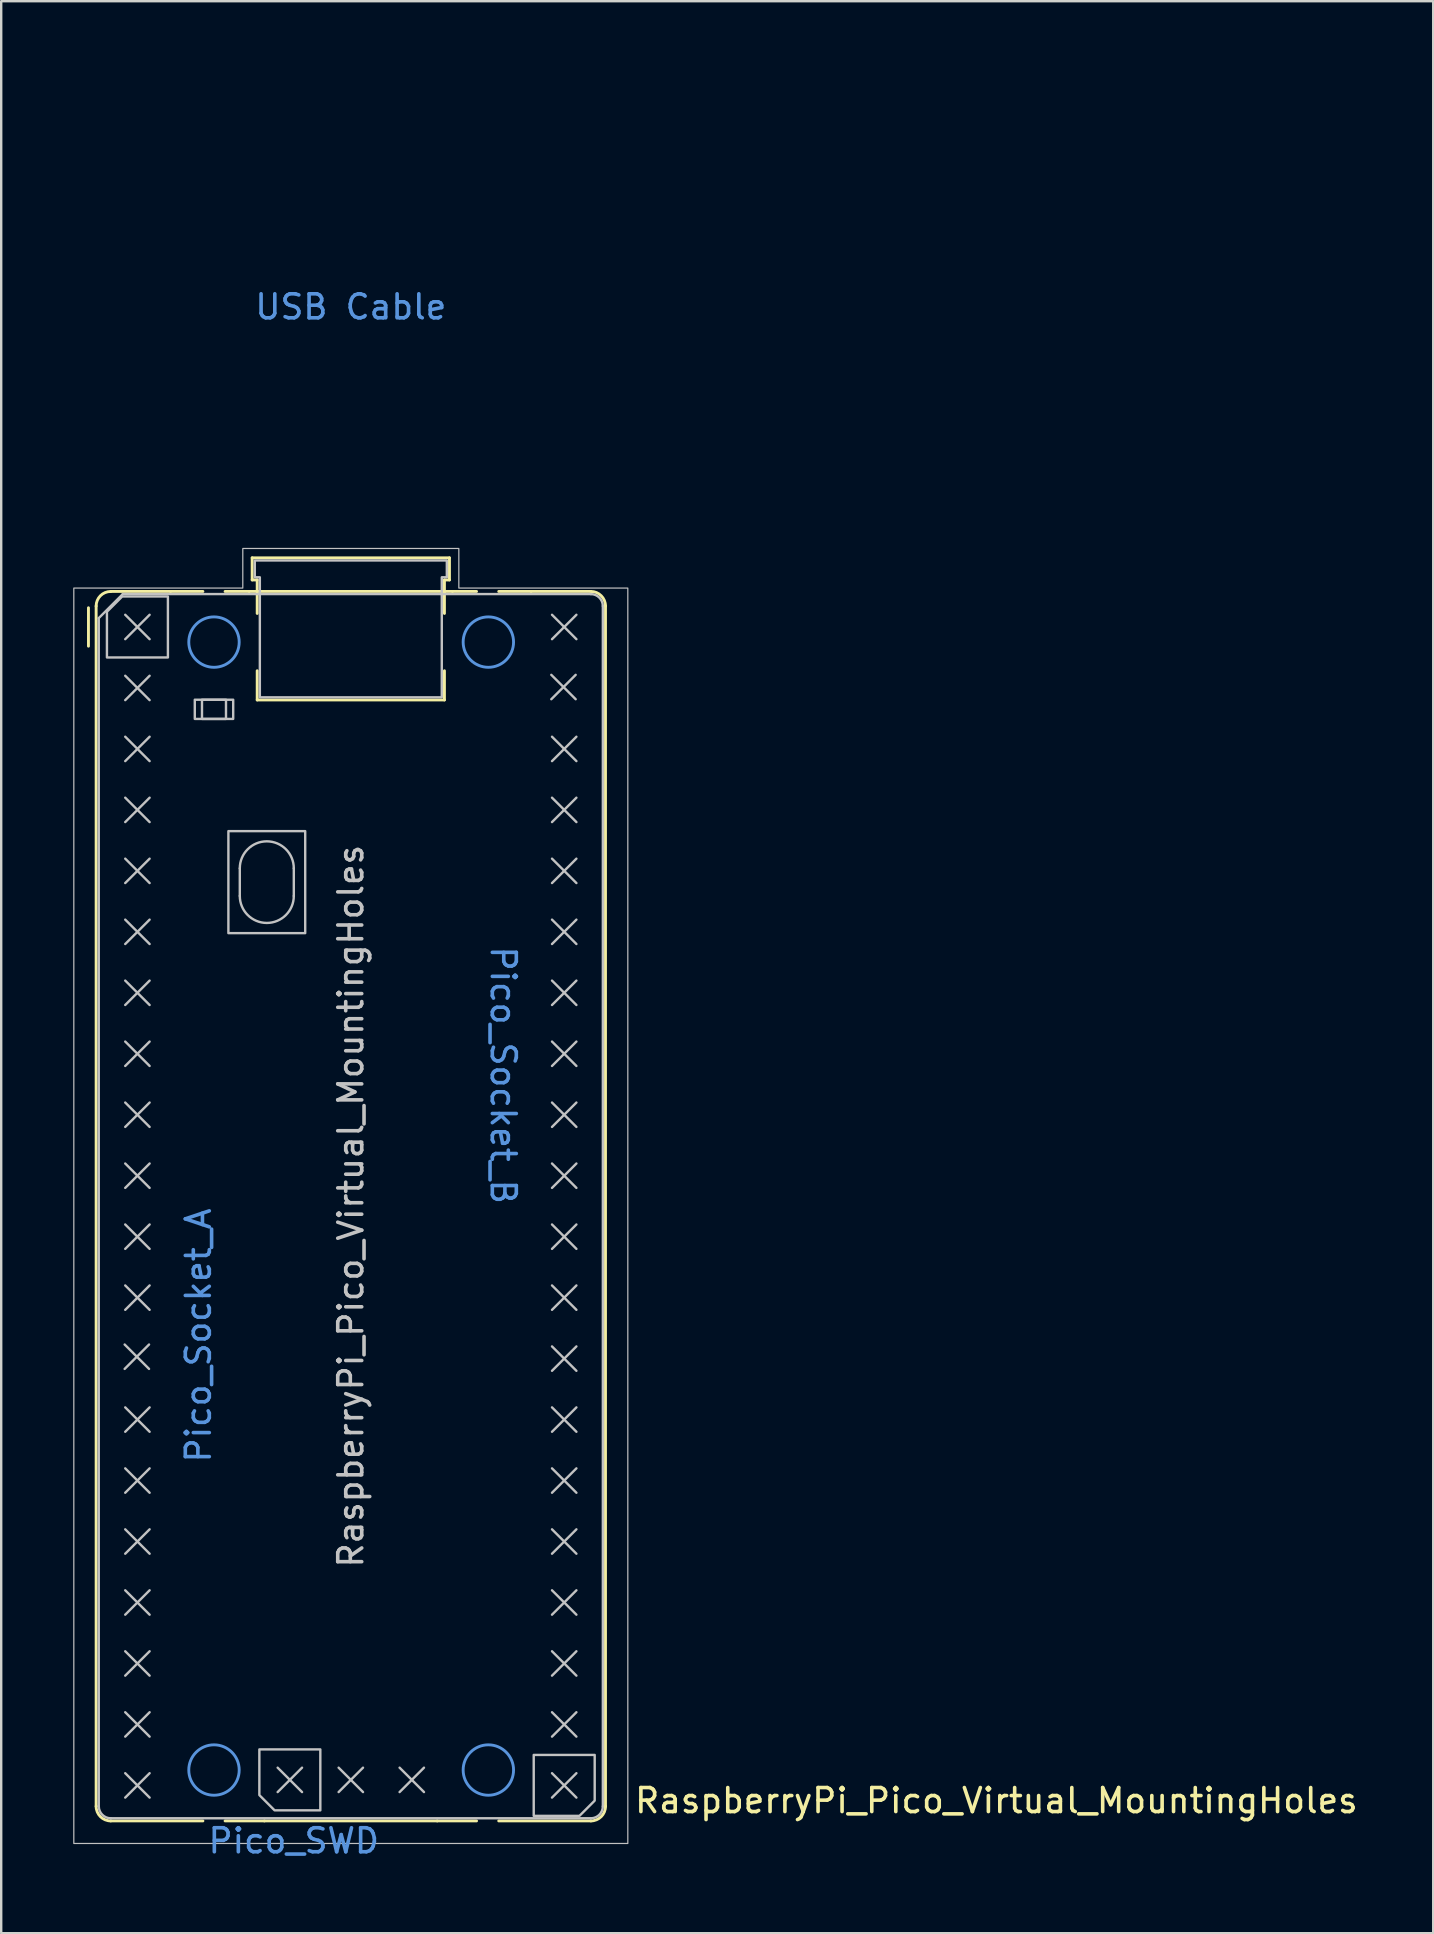
<source format=kicad_pcb>
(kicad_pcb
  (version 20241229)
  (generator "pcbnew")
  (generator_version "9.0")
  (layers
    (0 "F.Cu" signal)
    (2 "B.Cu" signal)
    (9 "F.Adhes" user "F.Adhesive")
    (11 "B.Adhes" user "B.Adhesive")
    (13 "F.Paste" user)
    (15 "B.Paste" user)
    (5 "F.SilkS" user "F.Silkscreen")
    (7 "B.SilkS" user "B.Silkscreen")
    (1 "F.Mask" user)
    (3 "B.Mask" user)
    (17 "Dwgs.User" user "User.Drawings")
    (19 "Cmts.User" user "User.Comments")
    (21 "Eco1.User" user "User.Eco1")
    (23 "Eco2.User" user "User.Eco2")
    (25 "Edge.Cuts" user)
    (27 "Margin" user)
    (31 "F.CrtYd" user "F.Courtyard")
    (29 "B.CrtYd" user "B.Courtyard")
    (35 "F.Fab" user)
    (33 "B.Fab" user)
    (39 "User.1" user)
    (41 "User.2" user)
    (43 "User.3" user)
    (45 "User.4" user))
  (footprint "RaspberryPi_Pico_Virtual_MountingHoles"
    (layer "F.Cu")
    (at 11.565 47.2)
    (property "Reference" "RaspberryPi_Pico_Virtual_MountingHoles" (at 11.748 24.765 0) (unlocked yes) (layer "F.SilkS") (effects (font (size 1 1) (thickness 0.15)) (justify left)))
    (attr exclude_from_pos_files allow_missing_courtyard)
    (fp_line (start -10.93 -23.33) (end -10.93 -24.93) (stroke (width 0.12) (type solid)) (layer "F.SilkS"))
    (fp_line (start -10.61 -25) (end -10.61 25) (stroke (width 0.12) (type solid)) (layer "F.SilkS"))
    (fp_line (start -10 -25.61) (end -7.51 -25.61) (stroke (width 0.12) (type solid)) (layer "F.SilkS"))
    (fp_line (start -10 25.61) (end -6.162 25.61) (stroke (width 0.12) (type solid)) (layer "F.SilkS"))
    (fp_line (start -7.51 -25.61) (end -6.162 -25.61) (stroke (width 0.12) (type solid)) (layer "F.SilkS"))
    (fp_line (start -5.238 -25.61) (end -4.235 -25.61) (stroke (width 0.12) (type solid)) (layer "F.SilkS"))
    (fp_line (start -4.235 -25.61) (end 4.235 -25.61) (stroke (width 0.12) (type solid)) (layer "F.SilkS"))
    (fp_line (start -4.11 -27.01) (end -4.11 -26.09) (stroke (width 0.12) (type solid)) (layer "F.SilkS"))
    (fp_line (start -4.11 -27.01) (end 4.11 -27.01) (stroke (width 0.12) (type solid)) (layer "F.SilkS"))
    (fp_line (start -4.11 -26.09) (end -3.9 -26.09) (stroke (width 0.12) (type solid)) (layer "F.SilkS"))
    (fp_line (start -3.9 -26.09) (end -3.9 -24.694) (stroke (width 0.12) (type solid)) (layer "F.SilkS"))
    (fp_line (start -3.9 -22.306) (end -3.9 -21.09) (stroke (width 0.12) (type solid)) (layer "F.SilkS"))
    (fp_line (start -3.6 25.61) (end -5.238 25.61) (stroke (width 0.12) (type solid)) (layer "F.SilkS"))
    (fp_line (start 3.6 25.61) (end -3.6 25.61) (stroke (width 0.12) (type solid)) (layer "F.SilkS"))
    (fp_line (start 3.9 -26.09) (end 3.9 -24.694) (stroke (width 0.12) (type solid)) (layer "F.SilkS"))
    (fp_line (start 3.9 -22.306) (end 3.9 -21.09) (stroke (width 0.12) (type solid)) (layer "F.SilkS"))
    (fp_line (start 3.9 -21.09) (end -3.9 -21.09) (stroke (width 0.12) (type solid)) (layer "F.SilkS"))
    (fp_line (start 4.11 -27.01) (end 4.11 -26.09) (stroke (width 0.12) (type solid)) (layer "F.SilkS"))
    (fp_line (start 4.11 -26.09) (end 3.9 -26.09) (stroke (width 0.12) (type solid)) (layer "F.SilkS"))
    (fp_line (start 4.235 -25.61) (end 5.238 -25.61) (stroke (width 0.12) (type solid)) (layer "F.SilkS"))
    (fp_line (start 5.238 25.61) (end 3.6 25.61) (stroke (width 0.12) (type solid)) (layer "F.SilkS"))
    (fp_line (start 6.162 -25.61) (end 7.51 -25.61) (stroke (width 0.12) (type solid)) (layer "F.SilkS"))
    (fp_line (start 6.162 25.61) (end 10 25.61) (stroke (width 0.12) (type solid)) (layer "F.SilkS"))
    (fp_line (start 7.51 -25.61) (end 10 -25.61) (stroke (width 0.12) (type solid)) (layer "F.SilkS"))
    (fp_line (start 10.61 -25) (end 10.61 25) (stroke (width 0.12) (type solid)) (layer "F.SilkS"))
    (fp_arc (start -10.61 -25) (mid -10.431335 -25.431335) (end -10 -25.61) (stroke (width 0.12) (type solid)) (layer "F.SilkS"))
    (fp_arc (start -10 25.61) (mid -10.431364 25.431364) (end -10.61 25) (stroke (width 0.12) (type solid)) (layer "F.SilkS"))
    (fp_arc (start 10 -25.61) (mid 10.431335 -25.431335) (end 10.61 -25) (stroke (width 0.12) (type solid)) (layer "F.SilkS"))
    (fp_arc (start 10.61 25) (mid 10.431335 25.431335) (end 10 25.61) (stroke (width 0.12) (type solid)) (layer "F.SilkS"))
    (fp_line (start -10.5 -24.5) (end -9.5 -25.5) (stroke (width 0.1) (type solid)) (layer "Dwgs.User"))
    (fp_line (start -10.5 25) (end -10.5 -24.5) (stroke (width 0.1) (type solid)) (layer "Dwgs.User"))
    (fp_line (start -9.5 -25.5) (end 10 -25.5) (stroke (width 0.1) (type solid)) (layer "Dwgs.User"))
    (fp_line (start -9.422 5.763) (end -8.406 6.779) (stroke (width 0.1) (type solid)) (layer "Dwgs.User"))
    (fp_line (start -9.398 -24.638) (end -8.382 -23.622) (stroke (width 0.1) (type solid)) (layer "Dwgs.User"))
    (fp_line (start -9.398 -22.098) (end -8.382 -21.082) (stroke (width 0.1) (type solid)) (layer "Dwgs.User"))
    (fp_line (start -9.398 -19.558) (end -8.382 -18.542) (stroke (width 0.1) (type solid)) (layer "Dwgs.User"))
    (fp_line (start -9.398 -17.018) (end -8.382 -16.002) (stroke (width 0.1) (type solid)) (layer "Dwgs.User"))
    (fp_line (start -9.398 -14.478) (end -8.382 -13.462) (stroke (width 0.1) (type solid)) (layer "Dwgs.User"))
    (fp_line (start -9.398 -11.938) (end -8.382 -10.922) (stroke (width 0.1) (type solid)) (layer "Dwgs.User"))
    (fp_line (start -9.398 -9.398) (end -8.382 -8.382) (stroke (width 0.1) (type solid)) (layer "Dwgs.User"))
    (fp_line (start -9.398 -6.858) (end -8.382 -5.842) (stroke (width 0.1) (type solid)) (layer "Dwgs.User"))
    (fp_line (start -9.398 -4.318) (end -8.382 -3.302) (stroke (width 0.1) (type solid)) (layer "Dwgs.User"))
    (fp_line (start -9.398 -1.778) (end -8.382 -0.762) (stroke (width 0.1) (type solid)) (layer "Dwgs.User"))
    (fp_line (start -9.398 0.762) (end -8.382 1.778) (stroke (width 0.1) (type solid)) (layer "Dwgs.User"))
    (fp_line (start -9.398 3.302) (end -8.382 4.318) (stroke (width 0.1) (type solid)) (layer "Dwgs.User"))
    (fp_line (start -9.398 8.382) (end -8.382 9.398) (stroke (width 0.1) (type solid)) (layer "Dwgs.User"))
    (fp_line (start -9.398 10.922) (end -8.382 11.938) (stroke (width 0.1) (type solid)) (layer "Dwgs.User"))
    (fp_line (start -9.398 13.462) (end -8.382 14.478) (stroke (width 0.1) (type solid)) (layer "Dwgs.User"))
    (fp_line (start -9.398 16.002) (end -8.382 17.018) (stroke (width 0.1) (type solid)) (layer "Dwgs.User"))
    (fp_line (start -9.398 18.542) (end -8.382 19.558) (stroke (width 0.1) (type solid)) (layer "Dwgs.User"))
    (fp_line (start -9.398 21.082) (end -8.382 22.098) (stroke (width 0.1) (type solid)) (layer "Dwgs.User"))
    (fp_line (start -9.398 23.622) (end -8.382 24.638) (stroke (width 0.1) (type solid)) (layer "Dwgs.User"))
    (fp_line (start -8.406 5.763) (end -9.422 6.779) (stroke (width 0.1) (type solid)) (layer "Dwgs.User"))
    (fp_line (start -8.382 -24.638) (end -9.398 -23.622) (stroke (width 0.1) (type solid)) (layer "Dwgs.User"))
    (fp_line (start -8.382 -22.098) (end -9.398 -21.082) (stroke (width 0.1) (type solid)) (layer "Dwgs.User"))
    (fp_line (start -8.382 -19.558) (end -9.398 -18.542) (stroke (width 0.1) (type solid)) (layer "Dwgs.User"))
    (fp_line (start -8.382 -17.018) (end -9.398 -16.002) (stroke (width 0.1) (type solid)) (layer "Dwgs.User"))
    (fp_line (start -8.382 -14.478) (end -9.398 -13.462) (stroke (width 0.1) (type solid)) (layer "Dwgs.User"))
    (fp_line (start -8.382 -11.938) (end -9.398 -10.922) (stroke (width 0.1) (type solid)) (layer "Dwgs.User"))
    (fp_line (start -8.382 -9.398) (end -9.398 -8.382) (stroke (width 0.1) (type solid)) (layer "Dwgs.User"))
    (fp_line (start -8.382 -6.858) (end -9.398 -5.842) (stroke (width 0.1) (type solid)) (layer "Dwgs.User"))
    (fp_line (start -8.382 -4.318) (end -9.398 -3.302) (stroke (width 0.1) (type solid)) (layer "Dwgs.User"))
    (fp_line (start -8.382 -1.778) (end -9.398 -0.762) (stroke (width 0.1) (type solid)) (layer "Dwgs.User"))
    (fp_line (start -8.382 0.762) (end -9.398 1.778) (stroke (width 0.1) (type solid)) (layer "Dwgs.User"))
    (fp_line (start -8.382 3.302) (end -9.398 4.318) (stroke (width 0.1) (type solid)) (layer "Dwgs.User"))
    (fp_line (start -8.382 8.382) (end -9.398 9.398) (stroke (width 0.1) (type solid)) (layer "Dwgs.User"))
    (fp_line (start -8.382 10.922) (end -9.398 11.938) (stroke (width 0.1) (type solid)) (layer "Dwgs.User"))
    (fp_line (start -8.382 13.462) (end -9.398 14.478) (stroke (width 0.1) (type solid)) (layer "Dwgs.User"))
    (fp_line (start -8.382 16.002) (end -9.398 17.018) (stroke (width 0.1) (type solid)) (layer "Dwgs.User"))
    (fp_line (start -8.382 18.542) (end -9.398 19.558) (stroke (width 0.1) (type solid)) (layer "Dwgs.User"))
    (fp_line (start -8.382 21.082) (end -9.398 22.098) (stroke (width 0.1) (type solid)) (layer "Dwgs.User"))
    (fp_line (start -8.382 23.622) (end -9.398 24.638) (stroke (width 0.1) (type solid)) (layer "Dwgs.User"))
    (fp_line (start -4.625 -14.075) (end -4.625 -12.925) (stroke (width 0.1) (type solid)) (layer "Dwgs.User"))
    (fp_line (start -3.048 23.392) (end -2.032 24.408) (stroke (width 0.1) (type solid)) (layer "Dwgs.User"))
    (fp_line (start -2.375 -14.075) (end -2.375 -12.925) (stroke (width 0.1) (type solid)) (layer "Dwgs.User"))
    (fp_line (start -2.032 23.392) (end -3.048 24.408) (stroke (width 0.1) (type solid)) (layer "Dwgs.User"))
    (fp_line (start -0.508 23.392) (end 0.508 24.408) (stroke (width 0.1) (type solid)) (layer "Dwgs.User"))
    (fp_line (start 0.508 23.392) (end -0.508 24.408) (stroke (width 0.1) (type solid)) (layer "Dwgs.User"))
    (fp_line (start 2.032 23.392) (end 3.048 24.408) (stroke (width 0.1) (type solid)) (layer "Dwgs.User"))
    (fp_line (start 3.048 23.392) (end 2.032 24.408) (stroke (width 0.1) (type solid)) (layer "Dwgs.User"))
    (fp_line (start 8.352 -22.136) (end 9.368 -21.12) (stroke (width 0.1) (type solid)) (layer "Dwgs.User"))
    (fp_line (start 8.382 -24.638) (end 9.398 -23.622) (stroke (width 0.1) (type solid)) (layer "Dwgs.User"))
    (fp_line (start 8.382 -19.558) (end 9.398 -18.542) (stroke (width 0.1) (type solid)) (layer "Dwgs.User"))
    (fp_line (start 8.382 -17.018) (end 9.398 -16.002) (stroke (width 0.1) (type solid)) (layer "Dwgs.User"))
    (fp_line (start 8.382 -14.478) (end 9.398 -13.462) (stroke (width 0.1) (type solid)) (layer "Dwgs.User"))
    (fp_line (start 8.382 -11.938) (end 9.398 -10.922) (stroke (width 0.1) (type solid)) (layer "Dwgs.User"))
    (fp_line (start 8.382 -9.398) (end 9.398 -8.382) (stroke (width 0.1) (type solid)) (layer "Dwgs.User"))
    (fp_line (start 8.382 -6.858) (end 9.398 -5.842) (stroke (width 0.1) (type solid)) (layer "Dwgs.User"))
    (fp_line (start 8.382 -4.318) (end 9.398 -3.302) (stroke (width 0.1) (type solid)) (layer "Dwgs.User"))
    (fp_line (start 8.382 -1.778) (end 9.398 -0.762) (stroke (width 0.1) (type solid)) (layer "Dwgs.User"))
    (fp_line (start 8.382 0.762) (end 9.398 1.778) (stroke (width 0.1) (type solid)) (layer "Dwgs.User"))
    (fp_line (start 8.382 3.302) (end 9.398 4.318) (stroke (width 0.1) (type solid)) (layer "Dwgs.User"))
    (fp_line (start 8.382 5.842) (end 9.398 6.858) (stroke (width 0.1) (type solid)) (layer "Dwgs.User"))
    (fp_line (start 8.382 8.382) (end 9.398 9.398) (stroke (width 0.1) (type solid)) (layer "Dwgs.User"))
    (fp_line (start 8.382 10.922) (end 9.398 11.938) (stroke (width 0.1) (type solid)) (layer "Dwgs.User"))
    (fp_line (start 8.382 13.462) (end 9.398 14.478) (stroke (width 0.1) (type solid)) (layer "Dwgs.User"))
    (fp_line (start 8.382 16.002) (end 9.398 17.018) (stroke (width 0.1) (type solid)) (layer "Dwgs.User"))
    (fp_line (start 8.382 18.542) (end 9.398 19.558) (stroke (width 0.1) (type solid)) (layer "Dwgs.User"))
    (fp_line (start 8.382 21.082) (end 9.398 22.098) (stroke (width 0.1) (type solid)) (layer "Dwgs.User"))
    (fp_line (start 8.382 23.622) (end 9.398 24.638) (stroke (width 0.1) (type solid)) (layer "Dwgs.User"))
    (fp_line (start 9.368 -22.136) (end 8.352 -21.12) (stroke (width 0.1) (type solid)) (layer "Dwgs.User"))
    (fp_line (start 9.398 -24.638) (end 8.382 -23.622) (stroke (width 0.1) (type solid)) (layer "Dwgs.User"))
    (fp_line (start 9.398 -19.558) (end 8.382 -18.542) (stroke (width 0.1) (type solid)) (layer "Dwgs.User"))
    (fp_line (start 9.398 -17.018) (end 8.382 -16.002) (stroke (width 0.1) (type solid)) (layer "Dwgs.User"))
    (fp_line (start 9.398 -14.478) (end 8.382 -13.462) (stroke (width 0.1) (type solid)) (layer "Dwgs.User"))
    (fp_line (start 9.398 -11.938) (end 8.382 -10.922) (stroke (width 0.1) (type solid)) (layer "Dwgs.User"))
    (fp_line (start 9.398 -9.398) (end 8.382 -8.382) (stroke (width 0.1) (type solid)) (layer "Dwgs.User"))
    (fp_line (start 9.398 -6.858) (end 8.382 -5.842) (stroke (width 0.1) (type solid)) (layer "Dwgs.User"))
    (fp_line (start 9.398 -4.318) (end 8.382 -3.302) (stroke (width 0.1) (type solid)) (layer "Dwgs.User"))
    (fp_line (start 9.398 -1.778) (end 8.382 -0.762) (stroke (width 0.1) (type solid)) (layer "Dwgs.User"))
    (fp_line (start 9.398 0.762) (end 8.382 1.778) (stroke (width 0.1) (type solid)) (layer "Dwgs.User"))
    (fp_line (start 9.398 3.302) (end 8.382 4.318) (stroke (width 0.1) (type solid)) (layer "Dwgs.User"))
    (fp_line (start 9.398 5.842) (end 8.382 6.858) (stroke (width 0.1) (type solid)) (layer "Dwgs.User"))
    (fp_line (start 9.398 8.382) (end 8.382 9.398) (stroke (width 0.1) (type solid)) (layer "Dwgs.User"))
    (fp_line (start 9.398 10.922) (end 8.382 11.938) (stroke (width 0.1) (type solid)) (layer "Dwgs.User"))
    (fp_line (start 9.398 13.462) (end 8.382 14.478) (stroke (width 0.1) (type solid)) (layer "Dwgs.User"))
    (fp_line (start 9.398 16.002) (end 8.382 17.018) (stroke (width 0.1) (type solid)) (layer "Dwgs.User"))
    (fp_line (start 9.398 18.542) (end 8.382 19.558) (stroke (width 0.1) (type solid)) (layer "Dwgs.User"))
    (fp_line (start 9.398 21.082) (end 8.382 22.098) (stroke (width 0.1) (type solid)) (layer "Dwgs.User"))
    (fp_line (start 9.398 23.622) (end 8.382 24.638) (stroke (width 0.1) (type solid)) (layer "Dwgs.User"))
    (fp_line (start 10 25.5) (end -10 25.5) (stroke (width 0.1) (type solid)) (layer "Dwgs.User"))
    (fp_line (start 10.5 -25) (end 10.5 25) (stroke (width 0.1) (type solid)) (layer "Dwgs.User"))
    (fp_rect (start -6.5 -21.1) (end -4.9 -20.3) (stroke (width 0.1) (type solid)) (fill no) (layer "Dwgs.User"))
    (fp_rect (start -6.2 -21.1) (end -5.2 -20.3) (stroke (width 0.1) (type solid)) (fill no) (layer "Dwgs.User"))
    (fp_rect (start -5.1 -15.625) (end -1.9 -11.375) (stroke (width 0.1) (type solid)) (fill no) (layer "Dwgs.User"))
    (fp_arc (start -10 25.5) (mid -10.353553 25.353553) (end -10.5 25) (stroke (width 0.1) (type solid)) (layer "Dwgs.User"))
    (fp_arc (start -4.625 -14.075) (mid -3.5 -15.2) (end -2.375 -14.075) (stroke (width 0.1) (type solid)) (layer "Dwgs.User"))
    (fp_arc (start -2.375 -12.925) (mid -3.5 -11.8) (end -4.625 -12.925) (stroke (width 0.1) (type solid)) (layer "Dwgs.User"))
    (fp_arc (start 10 -25.5) (mid 10.353553 -25.353553) (end 10.5 -25) (stroke (width 0.1) (type solid)) (layer "Dwgs.User"))
    (fp_arc (start 10.5 25) (mid 10.353553 25.353553) (end 10 25.5) (stroke (width 0.1) (type solid)) (layer "Dwgs.User"))
    (fp_poly (pts (xy -10.16 -24.765) (xy -10.16 -22.86) (xy -7.62 -22.86) (xy -7.62 -25.4) (xy -9.525 -25.4)) (stroke (width 0.1) (type solid)) (fill no) (layer "Dwgs.User"))
    (fp_poly (pts (xy -3.175 25.17) (xy -1.27 25.17) (xy -1.27 22.63) (xy -3.81 22.63) (xy -3.81 24.535)) (stroke (width 0.1) (type solid)) (fill no) (layer "Dwgs.User"))
    (fp_poly (pts (xy 10.16 24.765) (xy 10.16 22.86) (xy 7.62 22.86) (xy 7.62 25.4) (xy 9.525 25.4)) (stroke (width 0.1) (type solid)) (fill no) (layer "Dwgs.User"))
    (fp_poly (pts (xy -4.5 -27.4) (xy 4.5 -27.4) (xy 4.5 -25.75) (xy 11.54 -25.75) (xy 11.54 26.55) (xy -11.54 26.55) (xy -11.54 -25.75) (xy -4.5 -25.75)) (stroke (width 0.05) (type solid)) (fill no) (layer "Dwgs.User"))
    (fp_poly (pts (xy 3.79 -21.2) (xy 3.79 -26.2) (xy 4 -26.2) (xy 4 -26.9) (xy -4 -26.9) (xy -4 -26.2) (xy -3.79 -26.2) (xy -3.79 -21.2)) (stroke (width 0.1) (type solid)) (fill no) (layer "Dwgs.User"))
    (fp_circle (center -5.7 -23.5) (end -4.65 -23.5) (stroke (width 0.12) (type solid)) (fill no) (layer "Cmts.User"))
    (fp_circle (center -5.7 23.49) (end -4.65 23.49) (stroke (width 0.12) (type solid)) (fill no) (layer "Cmts.User"))
    (fp_circle (center 5.73 -23.5) (end 6.78 -23.5) (stroke (width 0.12) (type solid)) (fill no) (layer "Cmts.User"))
    (fp_circle (center 5.73 23.49) (end 6.78 23.49) (stroke (width 0.12) (type solid)) (fill no) (layer "Cmts.User"))
    (fp_text user "${REFERENCE}" (at 0 0 90) (layer "Dwgs.User") (effects (font (size 1 1) (thickness 0.15))))
    (fp_text user "Pico_Socket_A" (at -6.35 0 90) (unlocked yes) (layer "Cmts.User") (effects (font (size 1 1) (thickness 0.15)) (justify right)))
    (fp_text user "USB Cable" (at 0 -37.465 0) (unlocked yes) (layer "Cmts.User") (effects (font (size 1 1) (thickness 0.15))))
    (fp_text user "Pico_Socket_B" (at 6.35 0 270) (unlocked yes) (layer "Cmts.User") (effects (font (size 1 1) (thickness 0.15)) (justify right)))
    (fp_text user "Pico_SWD" (at 1.27 26.44 0) (unlocked yes) (layer "Cmts.User") (effects (font (size 1 1) (thickness 0.15)) (justify right)))
    (zone (net_name "") (layer "F.CrtYd") (name "USB Cable") (hatch edge 0.5) (connect_pads) (min_thickness 0.254) (filled_areas_thickness no) (keepout (tracks allowed) (vias allowed) (pads allowed) (copperpour allowed) (footprints allowed)) (placement (enabled no)) (fill) (polygon (pts (xy 5.815 19.5) (xy 7.625 19.5) (xy 7.625 19.8) (xy 15.505 19.8) (xy 15.505 19.5) (xy 17.315 19.5) (xy 17.315 0) (xy 5.815 0)))))
  (gr_rect
    (start -3 -3)
    (end 56.658 77.488)
    (stroke (width 0.1) (type default))
    (fill no)
    (layer "Edge.Cuts")))
</source>
